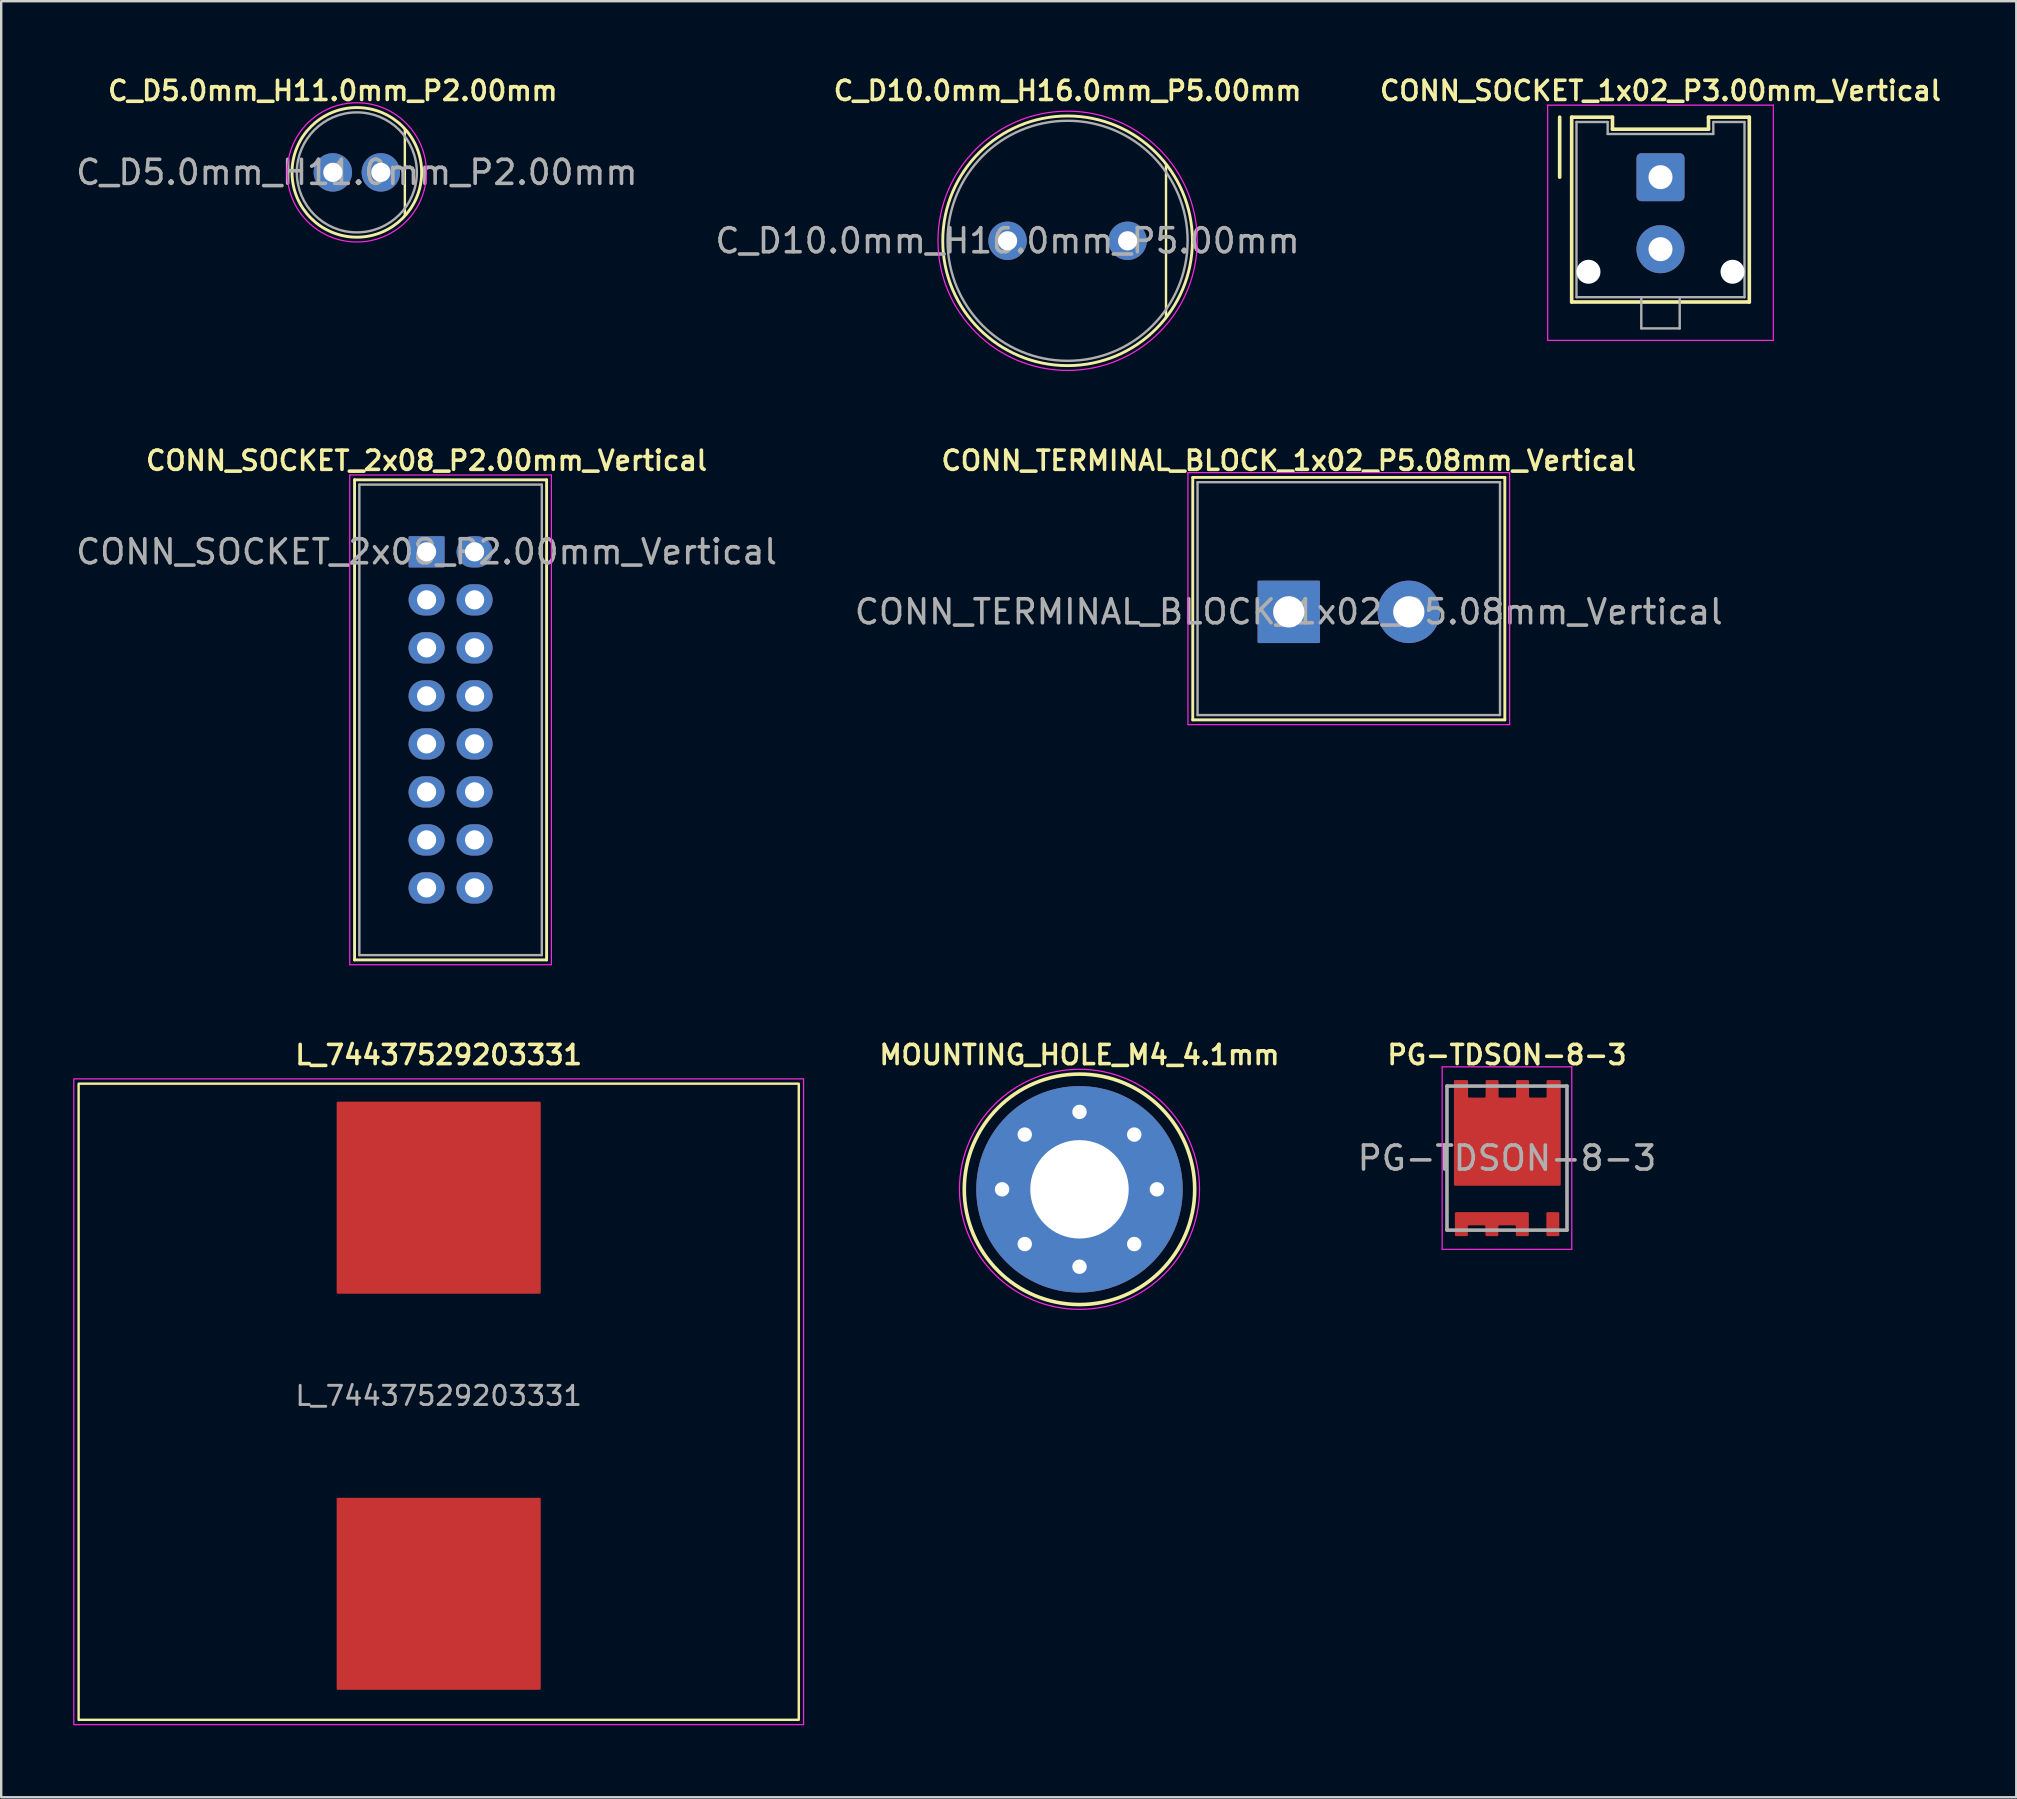
<source format=kicad_pcb>
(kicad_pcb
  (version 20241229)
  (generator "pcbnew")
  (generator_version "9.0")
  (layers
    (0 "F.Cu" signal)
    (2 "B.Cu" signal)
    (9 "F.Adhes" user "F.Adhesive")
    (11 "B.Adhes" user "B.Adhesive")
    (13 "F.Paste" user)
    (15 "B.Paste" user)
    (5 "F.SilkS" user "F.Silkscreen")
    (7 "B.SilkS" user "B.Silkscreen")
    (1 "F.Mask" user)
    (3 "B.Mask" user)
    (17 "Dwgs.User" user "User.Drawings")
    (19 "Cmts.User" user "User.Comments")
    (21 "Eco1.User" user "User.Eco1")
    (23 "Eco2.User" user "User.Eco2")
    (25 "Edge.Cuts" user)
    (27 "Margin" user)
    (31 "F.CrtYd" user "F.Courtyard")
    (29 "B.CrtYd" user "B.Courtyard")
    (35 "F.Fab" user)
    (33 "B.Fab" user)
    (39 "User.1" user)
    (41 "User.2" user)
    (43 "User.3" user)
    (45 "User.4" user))
  (footprint "C_D5.0mm_H11.0mm_P2.00mm"
    (layer "F.Cu")
    (at 10.815 4.131)
    (property "Reference" "C_D5.0mm_H11.0mm_P2.00mm" (at 0 -3.4 0) (layer "F.SilkS") (effects (font (size 0.8 0.8) (thickness 0.15))))
    (attr through_hole)
    (fp_line (start 3 -1.8) (end 3 1.8) (stroke (width 0.1) (type default)) (layer "F.SilkS"))
    (fp_circle (center 1 0) (end 3.7 0) (stroke (width 0.12) (type solid)) (fill no) (layer "F.SilkS"))
    (fp_circle (center 1 0) (end 3.9 0) (stroke (width 0.05) (type solid)) (fill no) (layer "F.CrtYd"))
    (fp_circle (center 1 0) (end 3.5 0) (stroke (width 0.1) (type solid)) (fill no) (layer "F.Fab"))
    (fp_text user "${REFERENCE}" (at 1 0 0) (layer "F.Fab") (effects (font (size 1 1) (thickness 0.15))))
    (pad "1" thru_hole circle (at 0 0) (size 1.6 1.6) (drill 0.8) (layers "*.Cu" "*.Mask"))
    (pad "2" thru_hole circle (at 2 0) (size 1.6 1.6) (drill 0.8) (layers "*.Cu" "*.Mask")))
  (footprint "PG-TDSON-8-3"
    (layer "F.Cu")
    (at 59.727 45.194)
    (property "Reference" "PG-TDSON-8-3" (at 0 -4.3 0) (layer "F.SilkS") (effects (font (size 0.8 0.8) (thickness 0.15))))
    (attr smd)
    (fp_line (start 1.65 -3.16) (end 1.65 -3.16) (stroke (width 0.15) (type solid)) (layer "F.Mask"))
    (fp_poly (pts (arc (start -2.07 -3.201903) (mid -2.105355 -3.187258) (end -2.12 -3.151903)) (arc (start -2.12 -2.431903) (mid -2.105355 -2.396548) (end -2.07 -2.381903)) (arc (start -1.73 -2.381903) (mid -1.694645 -2.396548) (end -1.68 -2.431903)) (arc (start -1.68 -3.151903) (mid -1.694645 -3.187258) (end -1.73 -3.201903))) (stroke (width 0) (type solid)) (fill yes) (layer "F.Paste"))
    (fp_poly (pts (arc (start -2.07 2.34) (mid -2.105355 2.354645) (end -2.12 2.39)) (arc (start -2.12 3.11) (mid -2.105355 3.145355) (end -2.07 3.16)) (arc (start -1.73 3.16) (mid -1.694645 3.145355) (end -1.68 3.11)) (arc (start -1.68 2.39) (mid -1.694645 2.354645) (end -1.73 2.34))) (stroke (width 0) (type solid)) (fill yes) (layer "F.Paste"))
    (fp_poly (pts (arc (start -1.56 -0.701903) (mid -1.545355 -0.666548) (end -1.51 -0.651903)) (arc (start -0.11 -0.651903) (mid -0.074645 -0.666548) (end -0.06 -0.701903)) (arc (start -0.06 -2.101903) (mid -0.074645 -2.137258) (end -0.11 -2.151903)) (arc (start -1.51 -2.151903) (mid -1.545355 -2.137258) (end -1.56 -2.101903))) (stroke (width 0) (type solid)) (fill yes) (layer "F.Paste"))
    (fp_poly (pts (arc (start -1.56 0.898097) (mid -1.545355 0.933452) (end -1.51 0.948097)) (arc (start -0.11 0.948097) (mid -0.074645 0.933452) (end -0.06 0.898097)) (arc (start -0.06 -0.501903) (mid -0.074645 -0.537258) (end -0.11 -0.551903)) (arc (start -1.51 -0.551903) (mid -1.545355 -0.537258) (end -1.56 -0.501903))) (stroke (width 0) (type solid)) (fill yes) (layer "F.Paste"))
    (fp_poly (pts (arc (start -1.41 2.71) (mid -1.445355 2.695355) (end -1.46 2.66)) (arc (start -1.46 2.39) (mid -1.445355 2.354645) (end -1.41 2.34)) (arc (start -1.07 2.34) (mid -1.034645 2.354645) (end -1.02 2.39)) (arc (start -1.02 2.66) (mid -1.034645 2.695355) (end -1.07 2.71))) (stroke (width 0) (type solid)) (fill yes) (layer "F.Paste"))
    (fp_poly (pts (arc (start -0.8 -3.201903) (mid -0.835355 -3.187258) (end -0.85 -3.151903)) (arc (start -0.85 -2.431903) (mid -0.835355 -2.396548) (end -0.8 -2.381903)) (arc (start -0.46 -2.381903) (mid -0.424645 -2.396548) (end -0.41 -2.431903)) (arc (start -0.41 -3.151903) (mid -0.424645 -3.187258) (end -0.46 -3.201903))) (stroke (width 0) (type solid)) (fill yes) (layer "F.Paste"))
    (fp_poly (pts (arc (start -0.8 2.34) (mid -0.835355 2.354645) (end -0.85 2.39)) (arc (start -0.85 3.11) (mid -0.835355 3.145355) (end -0.8 3.16)) (arc (start -0.46 3.16) (mid -0.424645 3.145355) (end -0.41 3.11)) (arc (start -0.41 2.39) (mid -0.424645 2.354645) (end -0.46 2.34))) (stroke (width 0) (type solid)) (fill yes) (layer "F.Paste"))
    (fp_poly (pts (arc (start -0.13 2.71) (mid -0.165355 2.695355) (end -0.18 2.66)) (arc (start -0.18 2.39) (mid -0.165355 2.354645) (end -0.13 2.34)) (arc (start 0.21 2.34) (mid 0.245355 2.354645) (end 0.26 2.39)) (arc (start 0.26 2.66) (mid 0.245355 2.695355) (end 0.21 2.71))) (stroke (width 0) (type solid)) (fill yes) (layer "F.Paste"))
    (fp_poly (pts (arc (start 0.04 -0.701903) (mid 0.054645 -0.666548) (end 0.09 -0.651903)) (arc (start 1.49 -0.651903) (mid 1.525355 -0.666548) (end 1.54 -0.701903)) (arc (start 1.54 -2.101903) (mid 1.525355 -2.137258) (end 1.49 -2.151903)) (arc (start 0.09 -2.151903) (mid 0.054645 -2.137258) (end 0.04 -2.101903))) (stroke (width 0) (type solid)) (fill yes) (layer "F.Paste"))
    (fp_poly (pts (arc (start 0.04 0.898097) (mid 0.054645 0.933452) (end 0.09 0.948097)) (arc (start 1.49 0.948097) (mid 1.525355 0.933452) (end 1.54 0.898097)) (arc (start 1.54 -0.501903) (mid 1.525355 -0.537258) (end 1.49 -0.551903)) (arc (start 0.09 -0.551903) (mid 0.054645 -0.537258) (end 0.04 -0.501903))) (stroke (width 0) (type solid)) (fill yes) (layer "F.Paste"))
    (fp_poly (pts (arc (start 0.47 2.34) (mid 0.434645 2.354645) (end 0.42 2.39)) (arc (start 0.42 3.11) (mid 0.434645 3.145355) (end 0.47 3.16)) (arc (start 0.81 3.16) (mid 0.845355 3.145355) (end 0.86 3.11)) (arc (start 0.86 2.39) (mid 0.845355 2.354645) (end 0.81 2.34))) (stroke (width 0) (type solid)) (fill yes) (layer "F.Paste"))
    (fp_poly (pts (arc (start 0.479922 -3.201903) (mid 0.444567 -3.187258) (end 0.429922 -3.151903)) (arc (start 0.429922 -2.431903) (mid 0.444567 -2.396548) (end 0.479922 -2.381903)) (arc (start 0.819922 -2.381903) (mid 0.855277 -2.396548) (end 0.869922 -2.431903)) (arc (start 0.869922 -3.151903) (mid 0.855277 -3.187258) (end 0.819922 -3.201903))) (stroke (width 0) (type solid)) (fill yes) (layer "F.Paste"))
    (fp_poly (pts (arc (start 1.74 2.34) (mid 1.704645 2.354645) (end 1.69 2.39)) (arc (start 1.69 3.11) (mid 1.704645 3.145355) (end 1.74 3.16)) (arc (start 2.08 3.16) (mid 2.115355 3.145355) (end 2.13 3.11)) (arc (start 2.13 2.39) (mid 2.115355 2.354645) (end 2.08 2.34))) (stroke (width 0) (type solid)) (fill yes) (layer "F.Paste"))
    (fp_poly (pts (arc (start 1.749922 -3.201903) (mid 1.714567 -3.187258) (end 1.699922 -3.151903)) (arc (start 1.699922 -2.431903) (mid 1.714567 -2.396548) (end 1.749922 -2.381903)) (arc (start 2.089922 -2.381903) (mid 2.125277 -2.396548) (end 2.139922 -2.431903)) (arc (start 2.139922 -3.151903) (mid 2.125277 -3.187258) (end 2.089922 -3.201903))) (stroke (width 0) (type solid)) (fill yes) (layer "F.Paste"))
    (fp_line (start -2.7 3.8) (end -2.7 -3.8) (stroke (width 0.05) (type solid)) (layer "F.CrtYd"))
    (fp_line (start 2.7 -3.8) (end -2.7 -3.8) (stroke (width 0.05) (type solid)) (layer "F.CrtYd"))
    (fp_line (start 2.7 -3.8) (end 2.7 3.8) (stroke (width 0.05) (type solid)) (layer "F.CrtYd"))
    (fp_line (start 2.7 3.8) (end -2.7 3.8) (stroke (width 0.05) (type solid)) (layer "F.CrtYd"))
    (fp_line (start -2.5 -3) (end -2.5 3) (stroke (width 0.15) (type solid)) (layer "F.Fab"))
    (fp_line (start -2.5 3) (end 2.5 3) (stroke (width 0.15) (type solid)) (layer "F.Fab"))
    (fp_line (start 2.5 -3) (end -2.5 -3) (stroke (width 0.15) (type solid)) (layer "F.Fab"))
    (fp_line (start 2.5 3) (end 2.5 -3) (stroke (width 0.15) (type solid)) (layer "F.Fab"))
    (fp_text user "${REFERENCE}" (at 0 0 0) (layer "F.Fab") (effects (font (size 1 1) (thickness 0.15))))
    (pad "1" smd custom (at -0.66 2.65) (size 0.1 0.1) (layers "F.Cu" "F.Mask") (options (anchor circle)) (primitives (gr_poly (pts (xy -0.05 -0.025) (xy -0.048 -0.035) (xy -0.043 -0.043) (xy -0.035 -0.048) (xy -0.025 -0.05) (xy 0.025 -0.05) (xy 0.035 -0.048) (xy 0.043 -0.043) (xy 0.048 -0.035) (xy 0.05 -0.025) (xy 0.05 0.025) (xy 0.048 0.035) (xy 0.043 0.043) (xy 0.035 0.048) (xy 0.025 0.05) (xy -0.025 0.05) (xy -0.035 0.048) (xy -0.043 0.043) (xy -0.048 0.035) (xy -0.05 0.025)) (width 0) (fill yes)) (gr_poly (pts (arc (start 1.52 -0.4) (mid 1.555355 -0.385355) (end 1.57 -0.35)) (arc (start 1.57 0.55) (mid 1.555355 0.585355) (end 1.52 0.6)) (arc (start 1.08 0.6) (mid 1.044645 0.585355) (end 1.03 0.55)) (arc (start 1.03 0.2) (mid 1.015355 0.164645) (end 0.98 0.15)) (arc (start 0.35 0.15) (mid 0.314645 0.164645) (end 0.3 0.2)) (arc (start 0.3 0.55) (mid 0.285355 0.585355) (end 0.25 0.6)) (arc (start -0.19 0.6) (mid -0.225355 0.585355) (end -0.24 0.55)) (arc (start -0.24 0.2) (mid -0.254645 0.164645) (end -0.29 0.15)) (arc (start -0.92 0.15) (mid -0.955355 0.164645) (end -0.97 0.2)) (arc (start -0.97 0.55) (mid -0.984645 0.585355) (end -1.02 0.6)) (arc (start -1.46 0.6) (mid -1.495355 0.585355) (end -1.51 0.55)) (arc (start -1.51 -0.35) (mid -1.495355 -0.385355) (end -1.46 -0.4))) (width 0) (fill yes))))
    (pad "2" smd custom (at 1.91 2.7) (size 0.1 0.1) (layers "F.Cu" "F.Mask") (options (anchor circle)) (primitives (gr_poly (pts (arc (start 0.27 -0.4) (mid 0.255355 -0.435355) (end 0.22 -0.45)) (arc (start -0.22 -0.45) (mid -0.255355 -0.435355) (end -0.27 -0.4)) (arc (start -0.27 0.5) (mid -0.255355 0.535355) (end -0.22 0.55)) (arc (start 0.22 0.55) (mid 0.255355 0.535355) (end 0.27 0.5))) (width 0) (fill yes))))
    (pad "3" smd custom (at 0 0) (size 0.1 0.1) (layers "F.Cu" "F.Mask") (options (anchor circle)) (primitives (gr_poly (pts (arc (start -0.3 -2.52) (mid -0.335355 -2.534645) (end -0.35 -2.57)) (arc (start -0.35 -3.2) (mid -0.364645 -3.235355) (end -0.4 -3.25)) (arc (start -0.84 -3.25) (mid -0.875355 -3.235355) (end -0.89 -3.2)) (arc (start -0.89 -2.57) (mid -0.904645 -2.534645) (end -0.94 -2.52)) (arc (start -1.57 -2.52) (mid -1.605355 -2.534645) (end -1.62 -2.57)) (arc (start -1.62 -3.2) (mid -1.634645 -3.235355) (end -1.67 -3.25)) (arc (start -2.16 -3.25) (mid -2.195355 -3.235355) (end -2.21 -3.2)) (arc (start -2.21 1.1) (mid -2.195355 1.135355) (end -2.16 1.15)) (arc (start 2.19 1.15) (mid 2.225355 1.135355) (end 2.24 1.1)) (arc (start 2.24 -3.2) (mid 2.225355 -3.235355) (end 2.19 -3.25)) (arc (start 1.7 -3.25) (mid 1.664645 -3.235355) (end 1.65 -3.2)) (arc (start 1.65 -2.57) (mid 1.635355 -2.534645) (end 1.6 -2.52)) (arc (start 0.97 -2.52) (mid 0.934645 -2.534645) (end 0.92 -2.57)) (arc (start 0.92 -3.2) (mid 0.905355 -3.235355) (end 0.87 -3.25)) (arc (start 0.43 -3.25) (mid 0.394645 -3.235355) (end 0.38 -3.2)) (arc (start 0.38 -2.57) (mid 0.365355 -2.534645) (end 0.33 -2.52))) (width 0) (fill yes)))))
  (footprint "MOUNTING_HOLE_M4_4.1mm"
    (layer "F.Cu")
    (at 41.919 46.494)
    (property "Reference" "MOUNTING_HOLE_M4_4.1mm" (at 0 -5.6 0) (layer "F.SilkS") (effects (font (size 0.8 0.8) (thickness 0.15))))
    (attr board_only exclude_from_pos_files exclude_from_bom allow_missing_courtyard)
    (fp_circle (center 0 0) (end 4.8 0) (stroke (width 0.15) (type default)) (fill no) (layer "F.SilkS"))
    (fp_circle (center 0 0) (end 5 0) (stroke (width 0.05) (type solid)) (fill no) (layer "F.CrtYd"))
    (pad "1" thru_hole circle (at -3.225 0) (size 1.2 1.2) (drill 0.6) (layers "*.Cu" "*.Mask"))
    (pad "1" thru_hole circle (at -2.28 -2.28) (size 1.2 1.2) (drill 0.6) (layers "*.Cu" "*.Mask"))
    (pad "1" thru_hole circle (at -2.28 2.28) (size 1.2 1.2) (drill 0.6) (layers "*.Cu" "*.Mask"))
    (pad "1" thru_hole circle (at 0 -3.225) (size 1.2 1.2) (drill 0.6) (layers "*.Cu" "*.Mask"))
    (pad "1" thru_hole circle (at 0 0) (size 8.6 8.6) (drill 4.1) (layers "*.Cu" "*.Mask"))
    (pad "1" thru_hole circle (at 0 3.225) (size 1.2 1.2) (drill 0.6) (layers "*.Cu" "*.Mask"))
    (pad "1" thru_hole circle (at 2.28 -2.28) (size 1.2 1.2) (drill 0.6) (layers "*.Cu" "*.Mask"))
    (pad "1" thru_hole circle (at 2.28 2.28) (size 1.2 1.2) (drill 0.6) (layers "*.Cu" "*.Mask"))
    (pad "1" thru_hole circle (at 3.225 0) (size 1.2 1.2) (drill 0.6) (layers "*.Cu" "*.Mask")))
  (footprint "C_D10.0mm_H16.0mm_P5.00mm"
    (layer "F.Cu")
    (at 38.923 6.981)
    (property "Reference" "C_D10.0mm_H16.0mm_P5.00mm" (at 2.5 -6.25 0) (layer "F.SilkS") (effects (font (size 0.8 0.8) (thickness 0.15))))
    (attr through_hole)
    (fp_line (start 6.6 -3.2) (end 6.6 3.2) (stroke (width 0.1) (type default)) (layer "F.SilkS"))
    (fp_circle (center 2.5 0) (end 7.7 0) (stroke (width 0.12) (type solid)) (fill no) (layer "F.SilkS"))
    (fp_circle (center 2.5 0) (end 7.9 0) (stroke (width 0.05) (type solid)) (fill no) (layer "F.CrtYd"))
    (fp_circle (center 2.5 0) (end 7.5 0) (stroke (width 0.1) (type solid)) (fill no) (layer "F.Fab"))
    (fp_text user "${REFERENCE}" (at 0 0 0) (layer "F.Fab") (effects (font (size 1 1) (thickness 0.15))))
    (pad "1" thru_hole circle (at 0 0) (size 1.6 1.6) (drill 0.8) (layers "*.Cu" "*.Mask"))
    (pad "2" thru_hole circle (at 5 0) (size 1.6 1.6) (drill 0.8) (layers "*.Cu" "*.Mask")))
  (footprint "L_74437529203331"
    (layer "F.Cu")
    (at 15.225 55.094)
    (property "Reference" "L_74437529203331" (at 0 -14.2 0) (layer "F.SilkS") (effects (font (size 0.8 0.8) (thickness 0.15))))
    (attr smd)
    (fp_rect (start -15 -13) (end 15 13.5) (stroke (width 0.1) (type default)) (fill no) (layer "F.SilkS"))
    (fp_rect (start -15.2 -13.2) (end 15.2 13.7) (stroke (width 0.05) (type default)) (fill no) (layer "F.CrtYd"))
    (fp_text user "${REFERENCE}" (at 0 0 0) (layer "F.Fab") (effects (font (size 0.8 0.8) (thickness 0.12))))
    (pad "1" smd roundrect (at 0 -8.25 90) (size 8 8.5) (layers "F.Cu" "F.Mask" "F.Paste") (roundrect_rratio 0.006))
    (pad "2" smd roundrect (at 0 8.25 90) (size 8 8.5) (layers "F.Cu" "F.Mask" "F.Paste") (roundrect_rratio 0.006)))
  (footprint "CONN_SOCKET_2x08_P2.00mm_Vertical"
    (layer "F.Cu")
    (at 14.72 19.938)
    (property "Reference" "CONN_SOCKET_2x08_P2.00mm_Vertical" (at 0 -3.8 0) (layer "F.SilkS") (effects (font (size 0.8 0.8) (thickness 0.15))))
    (attr through_hole)
    (fp_line (start -3 -3) (end -3 17) (stroke (width 0.12) (type solid)) (layer "F.SilkS"))
    (fp_line (start -3 17) (end 5 17) (stroke (width 0.12) (type solid)) (layer "F.SilkS"))
    (fp_line (start 5 -3) (end -3 -3) (stroke (width 0.12) (type solid)) (layer "F.SilkS"))
    (fp_line (start 5 17) (end 5 -3) (stroke (width 0.12) (type solid)) (layer "F.SilkS"))
    (fp_line (start -3.2 -3.2) (end -3.2 17.2) (stroke (width 0.05) (type solid)) (layer "F.CrtYd"))
    (fp_line (start -3.2 17.2) (end 5.2 17.2) (stroke (width 0.05) (type solid)) (layer "F.CrtYd"))
    (fp_line (start 5.2 -3.2) (end -3.2 -3.2) (stroke (width 0.05) (type solid)) (layer "F.CrtYd"))
    (fp_line (start 5.2 17.2) (end 5.2 -3.2) (stroke (width 0.05) (type solid)) (layer "F.CrtYd"))
    (fp_line (start -2.8 -2.8) (end -2.8 16.8) (stroke (width 0.1) (type solid)) (layer "F.Fab"))
    (fp_line (start -2.8 16.8) (end 4.8 16.8) (stroke (width 0.1) (type solid)) (layer "F.Fab"))
    (fp_line (start 4.8 -2.8) (end -2.8 -2.8) (stroke (width 0.1) (type solid)) (layer "F.Fab"))
    (fp_line (start 4.8 16.8) (end 4.8 -2.8) (stroke (width 0.1) (type solid)) (layer "F.Fab"))
    (fp_text user "${REFERENCE}" (at 0 0 180) (layer "F.Fab") (effects (font (size 1 1) (thickness 0.15))))
    (pad "1" thru_hole roundrect (at 0 0) (size 1.5 1.3) (drill 0.8) (layers "*.Cu" "*.Mask") (roundrect_rratio 0.033))
    (pad "2" thru_hole oval (at 2 0) (size 1.5 1.3) (drill 0.8) (layers "*.Cu" "*.Mask"))
    (pad "3" thru_hole oval (at 0 2) (size 1.5 1.3) (drill 0.8) (layers "*.Cu" "*.Mask"))
    (pad "4" thru_hole oval (at 2 2) (size 1.5 1.3) (drill 0.8) (layers "*.Cu" "*.Mask"))
    (pad "5" thru_hole oval (at 0 4) (size 1.5 1.3) (drill 0.8) (layers "*.Cu" "*.Mask"))
    (pad "6" thru_hole oval (at 2 4) (size 1.5 1.3) (drill 0.8) (layers "*.Cu" "*.Mask"))
    (pad "7" thru_hole oval (at 0 6) (size 1.5 1.3) (drill 0.8) (layers "*.Cu" "*.Mask"))
    (pad "8" thru_hole oval (at 2 6) (size 1.5 1.3) (drill 0.8) (layers "*.Cu" "*.Mask"))
    (pad "9" thru_hole oval (at 0 8) (size 1.5 1.3) (drill 0.8) (layers "*.Cu" "*.Mask"))
    (pad "10" thru_hole oval (at 2 8) (size 1.5 1.3) (drill 0.8) (layers "*.Cu" "*.Mask"))
    (pad "11" thru_hole oval (at 0 10) (size 1.5 1.3) (drill 0.8) (layers "*.Cu" "*.Mask"))
    (pad "12" thru_hole oval (at 2 10) (size 1.5 1.3) (drill 0.8) (layers "*.Cu" "*.Mask"))
    (pad "13" thru_hole oval (at 0 12) (size 1.5 1.3) (drill 0.8) (layers "*.Cu" "*.Mask"))
    (pad "14" thru_hole oval (at 2 12) (size 1.5 1.3) (drill 0.8) (layers "*.Cu" "*.Mask"))
    (pad "15" thru_hole oval (at 0 14) (size 1.5 1.3) (drill 0.8) (layers "*.Cu" "*.Mask"))
    (pad "16" thru_hole oval (at 2 14) (size 1.5 1.3) (drill 0.8) (layers "*.Cu" "*.Mask")))
  (footprint "CONN_SOCKET_1x02_P3.00mm_Vertical"
    (layer "F.Cu")
    (at 66.122 4.331)
    (property "Reference" "CONN_SOCKET_1x02_P3.00mm_Vertical" (at 0 -3.6 0) (layer "F.SilkS") (effects (font (size 0.8 0.8) (thickness 0.15))))
    (attr through_hole allow_missing_courtyard)
    (fp_line (start -4.2 -2.5) (end -4.2 0) (stroke (width 0.15) (type default)) (layer "F.SilkS"))
    (fp_line (start -3.7 -2.5) (end -2 -2.5) (stroke (width 0.15) (type solid)) (layer "F.SilkS"))
    (fp_line (start -3.7 5.2) (end -3.7 -2.5) (stroke (width 0.15) (type solid)) (layer "F.SilkS"))
    (fp_line (start -3.7 5.2) (end 3.7 5.2) (stroke (width 0.15) (type solid)) (layer "F.SilkS"))
    (fp_line (start -2 -2.5) (end -2 -2) (stroke (width 0.15) (type solid)) (layer "F.SilkS"))
    (fp_line (start -2 -2) (end 2 -2) (stroke (width 0.15) (type solid)) (layer "F.SilkS"))
    (fp_line (start 2 -2.5) (end 3.7 -2.5) (stroke (width 0.15) (type solid)) (layer "F.SilkS"))
    (fp_line (start 2 -2) (end 2 -2.5) (stroke (width 0.15) (type solid)) (layer "F.SilkS"))
    (fp_line (start 3.7 -2.5) (end 3.7 5.2) (stroke (width 0.15) (type solid)) (layer "F.SilkS"))
    (fp_line (start -4.7 -3) (end 4.7 -3) (stroke (width 0.05) (type solid)) (layer "F.CrtYd"))
    (fp_line (start -4.7 6.8) (end -4.7 -3) (stroke (width 0.05) (type solid)) (layer "F.CrtYd"))
    (fp_line (start 4.7 -3) (end 4.7 6.8) (stroke (width 0.05) (type solid)) (layer "F.CrtYd"))
    (fp_line (start 4.7 6.8) (end -4.7 6.8) (stroke (width 0.05) (type solid)) (layer "F.CrtYd"))
    (fp_line (start -3.5 -2.3) (end -3.5 5) (stroke (width 0.1) (type solid)) (layer "F.Fab"))
    (fp_line (start -3.5 5) (end 3.5 5) (stroke (width 0.1) (type solid)) (layer "F.Fab"))
    (fp_line (start -2.2 -2.3) (end -3.5 -2.3) (stroke (width 0.1) (type solid)) (layer "F.Fab"))
    (fp_line (start -2.2 -1.8) (end -2.2 -2.3) (stroke (width 0.1) (type solid)) (layer "F.Fab"))
    (fp_line (start -0.8 5) (end -0.8 6.3) (stroke (width 0.1) (type solid)) (layer "F.Fab"))
    (fp_line (start -0.8 6.3) (end 0.8 6.3) (stroke (width 0.1) (type solid)) (layer "F.Fab"))
    (fp_line (start 0.8 6.3) (end 0.8 5) (stroke (width 0.1) (type solid)) (layer "F.Fab"))
    (fp_line (start 2.2 -2.3) (end 2.2 -1.8) (stroke (width 0.1) (type default)) (layer "F.Fab"))
    (fp_line (start 2.2 -1.8) (end -2.2 -1.8) (stroke (width 0.1) (type solid)) (layer "F.Fab"))
    (fp_line (start 3.5 -2.3) (end 2.2 -2.3) (stroke (width 0.1) (type solid)) (layer "F.Fab"))
    (fp_line (start 3.5 5) (end 3.5 -2.3) (stroke (width 0.1) (type solid)) (layer "F.Fab"))
    (pad "" np_thru_hole circle (at -3 3.94) (size 1 1) (drill 1) (layers "*.Cu" "*.Mask"))
    (pad "" np_thru_hole circle (at 3 3.94) (size 1 1) (drill 1) (layers "*.Cu" "*.Mask"))
    (pad "1" thru_hole roundrect (at 0 0) (size 2 2) (drill 1) (layers "*.Cu" "*.Mask") (roundrect_rratio 0.1))
    (pad "2" thru_hole circle (at 0 3) (size 2 2) (drill 1) (layers "*.Cu" "*.Mask")))
  (footprint "CONN_TERMINAL_BLOCK_1x02_P5.08mm_Vertical"
    (layer "F.Cu")
    (at 50.637 22.438)
    (property "Reference" "CONN_TERMINAL_BLOCK_1x02_P5.08mm_Vertical" (at 0 -6.3 0) (layer "F.SilkS") (effects (font (size 0.8 0.8) (thickness 0.15))))
    (attr through_hole)
    (fp_line (start -4 -5.6) (end -4 4.5) (stroke (width 0.12) (type solid)) (layer "F.SilkS"))
    (fp_line (start -4 -5.6) (end 9 -5.6) (stroke (width 0.12) (type solid)) (layer "F.SilkS"))
    (fp_line (start -4 4.5) (end 9 4.5) (stroke (width 0.12) (type solid)) (layer "F.SilkS"))
    (fp_line (start 9 -5.6) (end 9 4.5) (stroke (width 0.12) (type solid)) (layer "F.SilkS"))
    (fp_line (start -4.2 -5.8) (end -4.2 4.7) (stroke (width 0.05) (type solid)) (layer "F.CrtYd"))
    (fp_line (start -4.2 4.7) (end 9.2 4.7) (stroke (width 0.05) (type solid)) (layer "F.CrtYd"))
    (fp_line (start 9.2 -5.8) (end -4.2 -5.8) (stroke (width 0.05) (type solid)) (layer "F.CrtYd"))
    (fp_line (start 9.2 4.7) (end 9.2 -5.8) (stroke (width 0.05) (type solid)) (layer "F.CrtYd"))
    (fp_line (start -3.8 -5.4) (end 8.8 -5.4) (stroke (width 0.1) (type solid)) (layer "F.Fab"))
    (fp_line (start -3.8 4.3) (end -3.8 -5.4) (stroke (width 0.1) (type solid)) (layer "F.Fab"))
    (fp_line (start 8.8 -5.4) (end 8.8 4.3) (stroke (width 0.1) (type solid)) (layer "F.Fab"))
    (fp_line (start 8.8 4.3) (end -3.8 4.3) (stroke (width 0.1) (type solid)) (layer "F.Fab"))
    (fp_text user "${REFERENCE}" (at 0 0 0) (layer "F.Fab") (effects (font (size 1 1) (thickness 0.15))))
    (pad "1" thru_hole roundrect (at 0 0) (size 2.6 2.6) (drill 1.3) (layers "*.Cu" "*.Mask") (roundrect_rratio 0.019))
    (pad "2" thru_hole circle (at 5 0) (size 2.6 2.6) (drill 1.3) (layers "*.Cu" "*.Mask")))
  (gr_rect
    (start -3 -3)
    (end 80.943 71.819)
    (stroke (width 0.1) (type default))
    (fill no)
    (layer "Edge.Cuts")))
</source>
